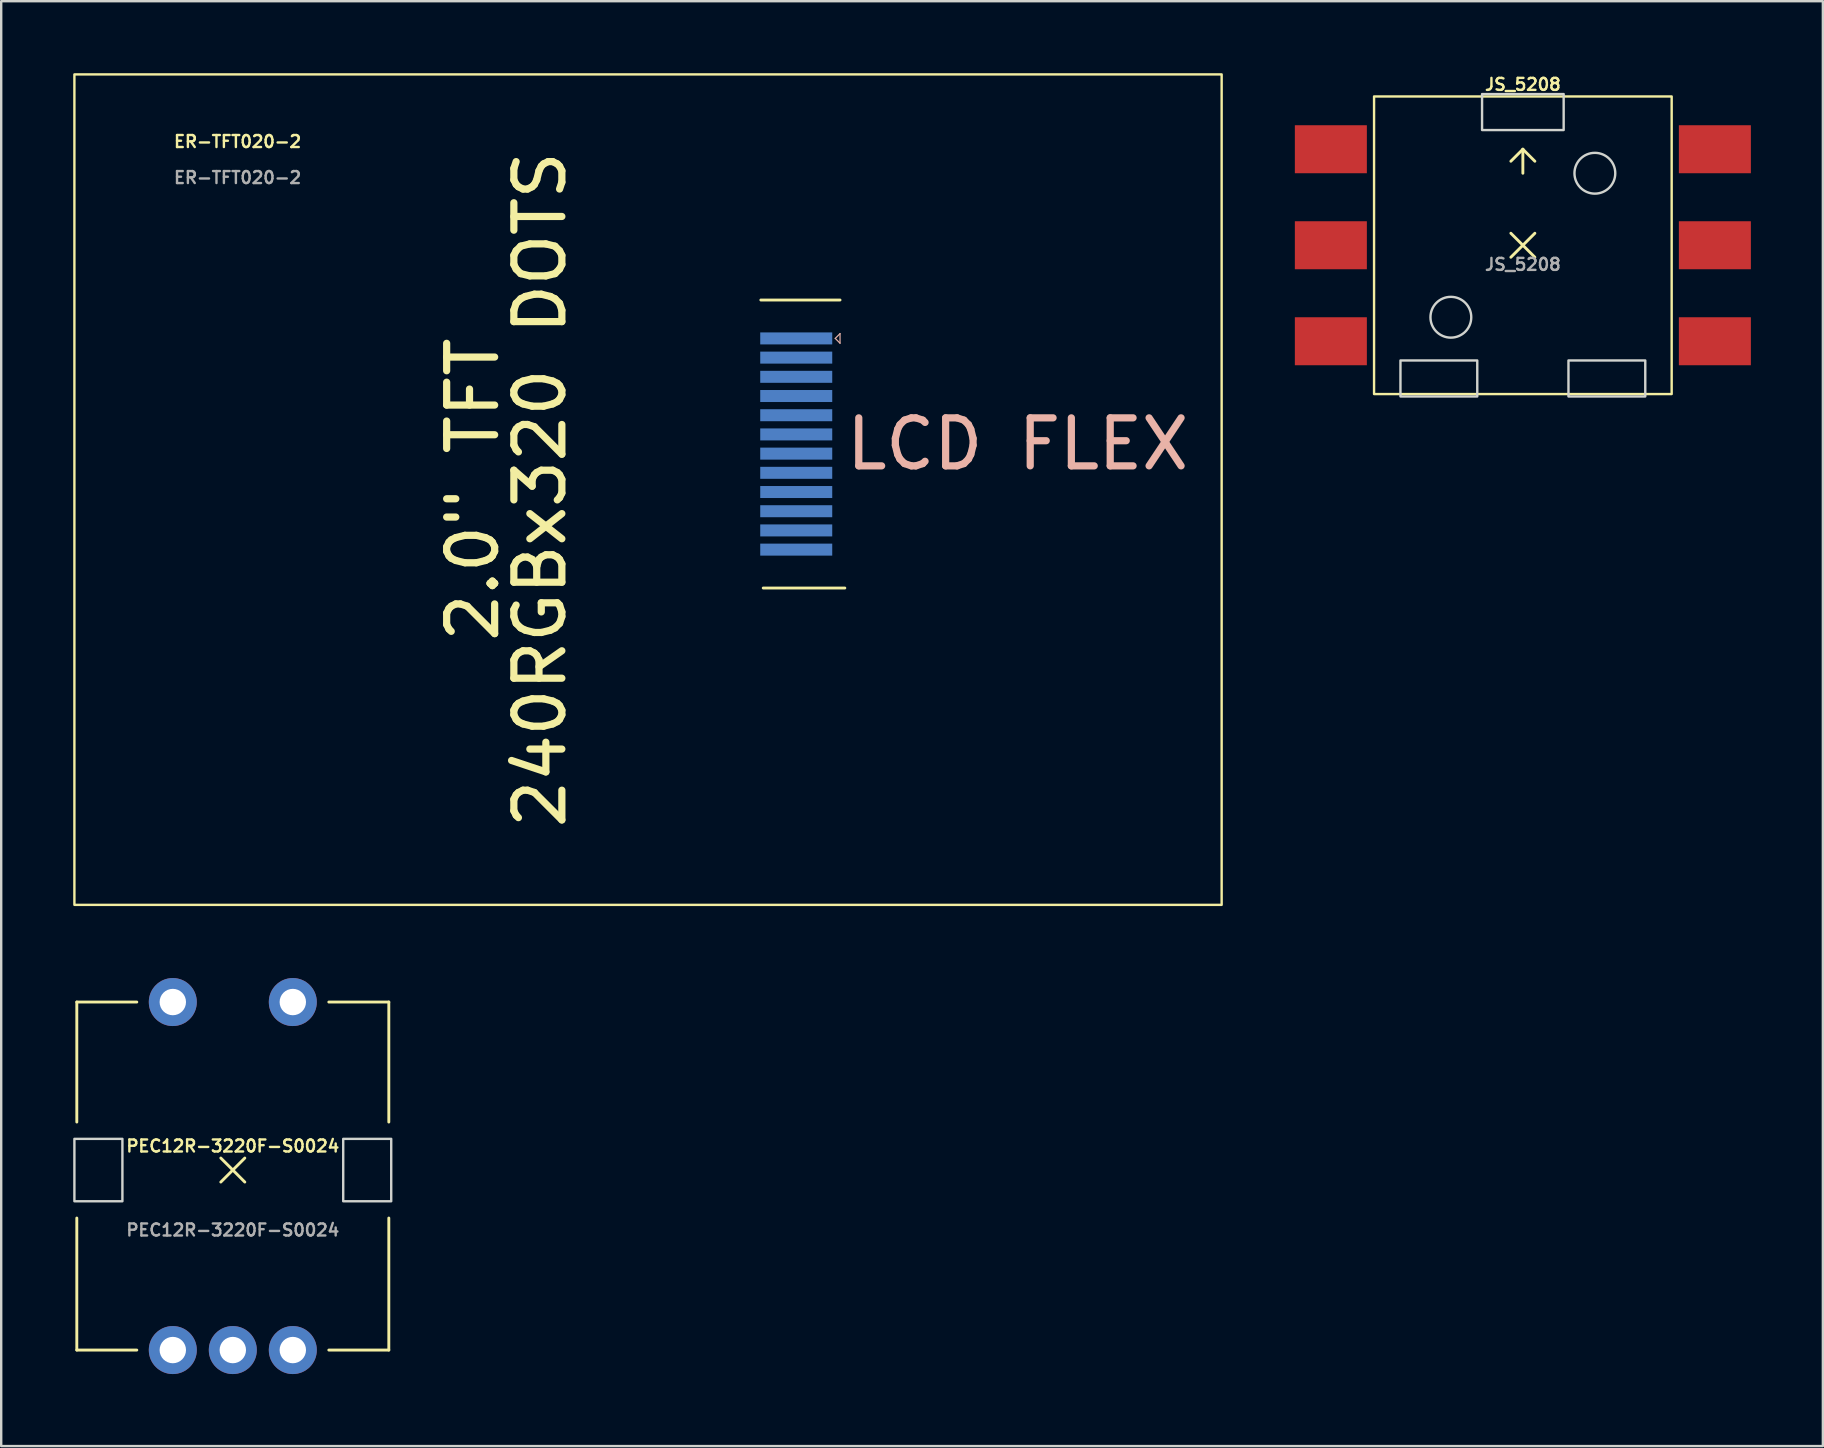
<source format=kicad_pcb>
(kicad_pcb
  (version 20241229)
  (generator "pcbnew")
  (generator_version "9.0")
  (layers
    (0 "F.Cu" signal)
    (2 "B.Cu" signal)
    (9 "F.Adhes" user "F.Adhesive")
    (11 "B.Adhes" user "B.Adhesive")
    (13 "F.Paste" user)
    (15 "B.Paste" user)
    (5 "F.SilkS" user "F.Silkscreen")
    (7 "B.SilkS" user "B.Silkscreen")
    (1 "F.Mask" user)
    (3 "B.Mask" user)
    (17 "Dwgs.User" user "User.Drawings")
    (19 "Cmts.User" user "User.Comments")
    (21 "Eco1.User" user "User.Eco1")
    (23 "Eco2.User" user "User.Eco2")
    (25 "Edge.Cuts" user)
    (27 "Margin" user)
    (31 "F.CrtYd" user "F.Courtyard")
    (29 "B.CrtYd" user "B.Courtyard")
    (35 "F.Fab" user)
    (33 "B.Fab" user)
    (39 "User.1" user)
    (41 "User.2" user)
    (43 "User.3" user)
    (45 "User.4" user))
  (footprint "PEC12R-3220F-S0024"
    (layer "F.Cu")
    (at 6.65 45.7)
    (property "Reference" "PEC12R-3220F-S0024" (at 0 -1 0) (unlocked yes) (layer "F.SilkS") (effects (font (size 0.5 0.5) (thickness 0.1))))
    (attr through_hole)
    (fp_line (start -6.5 -7) (end -4 -7) (stroke (width 0.12) (type solid)) (layer "F.SilkS"))
    (fp_line (start -6.5 -2) (end -6.5 -7) (stroke (width 0.12) (type solid)) (layer "F.SilkS"))
    (fp_line (start -6.5 2) (end -6.5 7.5) (stroke (width 0.12) (type solid)) (layer "F.SilkS"))
    (fp_line (start -6.5 7.5) (end -4 7.5) (stroke (width 0.12) (type solid)) (layer "F.SilkS"))
    (fp_line (start -0.5 -0.5) (end 0.5 0.5) (stroke (width 0.12) (type solid)) (layer "F.SilkS"))
    (fp_line (start -0.5 0.5) (end 0.5 -0.5) (stroke (width 0.12) (type solid)) (layer "F.SilkS"))
    (fp_line (start 4 7.5) (end 6.5 7.5) (stroke (width 0.12) (type solid)) (layer "F.SilkS"))
    (fp_line (start 6.5 -7) (end 4 -7) (stroke (width 0.12) (type solid)) (layer "F.SilkS"))
    (fp_line (start 6.5 -2) (end 6.5 -7) (stroke (width 0.12) (type solid)) (layer "F.SilkS"))
    (fp_line (start 6.5 7.5) (end 6.5 2) (stroke (width 0.12) (type solid)) (layer "F.SilkS"))
    (fp_rect (start -6.6 -1.3) (end -4.6 1.3) (stroke (width 0.1) (type solid)) (fill no) (layer "Edge.Cuts"))
    (fp_rect (start 4.6 -1.3) (end 6.6 1.3) (stroke (width 0.1) (type solid)) (fill no) (layer "Edge.Cuts"))
    (fp_text user "${REFERENCE}" (at 0 2.5 0) (unlocked yes) (layer "F.Fab") (effects (font (size 0.5 0.5) (thickness 0.1))))
    (pad "1" thru_hole circle (at -2.5 -7) (size 2 2) (drill 1.1) (layers "*.Cu" "*.Mask"))
    (pad "2" thru_hole circle (at 2.5 -7) (size 2 2) (drill 1.1) (layers "*.Cu" "*.Mask"))
    (pad "A" thru_hole circle (at -2.5 7.5) (size 2 2) (drill 1.1) (layers "*.Cu" "*.Mask"))
    (pad "B" thru_hole circle (at 2.5 7.5) (size 2 2) (drill 1.1) (layers "*.Cu" "*.Mask"))
    (pad "C" thru_hole circle (at 0 7.5) (size 2 2) (drill 1.1) (layers "*.Cu" "*.Mask")))
  (footprint "ER-TFT020-2"
    (layer "F.Cu")
    (at 23.95 17.35)
    (property "Reference" "ER-TFT020-2" (at -17.1 -14.5 0) (unlocked yes) (layer "F.SilkS") (effects (font (size 0.5 0.5) (thickness 0.1))))
    (attr smd)
    (fp_line (start 4.7 -7.9) (end 8 -7.9) (stroke (width 0.12) (type solid)) (layer "F.SilkS"))
    (fp_line (start 4.8 4.1) (end 8.2 4.1) (stroke (width 0.12) (type solid)) (layer "F.SilkS"))
    (fp_rect (start -23.9 -17.3) (end 23.9 17.3) (stroke (width 0.1) (type solid)) (fill no) (layer "F.SilkS"))
    (fp_line (start 7.8 -6.3) (end 8 -6.5) (stroke (width 0.05) (type solid)) (layer "B.SilkS"))
    (fp_line (start 8 -6.5) (end 8 -6.1) (stroke (width 0.05) (type solid)) (layer "B.SilkS"))
    (fp_line (start 8 -6.1) (end 7.8 -6.3) (stroke (width 0.05) (type solid)) (layer "B.SilkS"))
    (fp_text user "240RGBx320 DOTS" (at -4.5 0 90) (unlocked yes) (layer "F.SilkS") (effects (font (size 2 2) (thickness 0.3))))
    (fp_text user "2.0\" TFT" (at -7.3 0 90) (unlocked yes) (layer "F.SilkS") (effects (font (size 2 2) (thickness 0.3))))
    (fp_text user "LCD FLEX" (at 15.4 -1.9 0) (unlocked yes) (layer "B.SilkS") (effects (font (size 2 2) (thickness 0.3))))
    (fp_text user "${REFERENCE}" (at -17.1 -13 0) (unlocked yes) (layer "F.Fab") (effects (font (size 0.5 0.5) (thickness 0.1))))
    (pad "1" smd rect (at 6.175 -6.3) (size 3 0.5) (layers "B.Cu" "B.Mask" "B.Paste"))
    (pad "2" smd rect (at 6.175 -5.5) (size 3 0.5) (layers "B.Cu" "B.Mask" "B.Paste"))
    (pad "3" smd rect (at 6.175 -4.7) (size 3 0.5) (layers "B.Cu" "B.Mask" "B.Paste"))
    (pad "4" smd rect (at 6.175 -3.9) (size 3 0.5) (layers "B.Cu" "B.Mask" "B.Paste"))
    (pad "5" smd rect (at 6.175 -3.1) (size 3 0.5) (layers "B.Cu" "B.Mask" "B.Paste"))
    (pad "6" smd rect (at 6.175 -2.3) (size 3 0.5) (layers "B.Cu" "B.Mask" "B.Paste"))
    (pad "7" smd rect (at 6.175 -1.5) (size 3 0.5) (layers "B.Cu" "B.Mask" "B.Paste"))
    (pad "8" smd rect (at 6.175 -0.7) (size 3 0.5) (layers "B.Cu" "B.Mask" "B.Paste"))
    (pad "9" smd rect (at 6.175 0.1) (size 3 0.5) (layers "B.Cu" "B.Mask" "B.Paste"))
    (pad "10" smd rect (at 6.175 0.9) (size 3 0.5) (layers "B.Cu" "B.Mask" "B.Paste"))
    (pad "11" smd rect (at 6.175 1.7) (size 3 0.5) (layers "B.Cu" "B.Mask" "B.Paste"))
    (pad "12" smd rect (at 6.175 2.5) (size 3 0.5) (layers "B.Cu" "B.Mask" "B.Paste")))
  (footprint "JS_5208"
    (layer "F.Cu")
    (at 60.4 7.168)
    (property "Reference" "JS_5208" (at 0 -6.7 0) (unlocked yes) (layer "F.SilkS") (effects (font (size 0.5 0.5) (thickness 0.1))))
    (attr smd)
    (fp_line (start -0.5 -0.5) (end 0.5 0.5) (stroke (width 0.12) (type solid)) (layer "F.SilkS"))
    (fp_line (start -0.5 0.5) (end 0.5 -0.5) (stroke (width 0.12) (type solid)) (layer "F.SilkS"))
    (fp_line (start 0 -4) (end -0.5 -3.5) (stroke (width 0.12) (type solid)) (layer "F.SilkS"))
    (fp_line (start 0 -4) (end 0 -3) (stroke (width 0.12) (type solid)) (layer "F.SilkS"))
    (fp_line (start 0 -4) (end 0.5 -3.5) (stroke (width 0.12) (type solid)) (layer "F.SilkS"))
    (fp_rect (start -6.2 -6.2) (end 6.2 6.2) (stroke (width 0.1) (type solid)) (fill no) (layer "F.SilkS"))
    (fp_rect (start -5.1 4.8) (end -1.9 6.3) (stroke (width 0.1) (type solid)) (fill no) (layer "Edge.Cuts"))
    (fp_rect (start -1.7 -6.3) (end 1.7 -4.8) (stroke (width 0.1) (type solid)) (fill no) (layer "Edge.Cuts"))
    (fp_rect (start 1.9 4.8) (end 5.1 6.3) (stroke (width 0.1) (type solid)) (fill no) (layer "Edge.Cuts"))
    (fp_circle (center -3 3) (end -2.15 3) (stroke (width 0.1) (type solid)) (fill no) (layer "Edge.Cuts"))
    (fp_circle (center 3 -3) (end 3.85 -3) (stroke (width 0.1) (type solid)) (fill no) (layer "Edge.Cuts"))
    (fp_text user "${REFERENCE}" (at 0 0.8 0) (unlocked yes) (layer "F.Fab") (effects (font (size 0.5 0.5) (thickness 0.1))))
    (pad "1" smd rect (at -8 -4) (size 3 2) (layers "F.Cu" "F.Mask" "F.Paste"))
    (pad "2" smd rect (at -8 0) (size 3 2) (layers "F.Cu" "F.Mask" "F.Paste"))
    (pad "3" smd rect (at -8 4) (size 3 2) (layers "F.Cu" "F.Mask" "F.Paste"))
    (pad "4" smd rect (at 8 -4) (size 3 2) (layers "F.Cu" "F.Mask" "F.Paste"))
    (pad "5" smd rect (at 8 0) (size 3 2) (layers "F.Cu" "F.Mask" "F.Paste"))
    (pad "6" smd rect (at 8 4) (size 3 2) (layers "F.Cu" "F.Mask" "F.Paste")))
  (gr_rect
    (start -3 -3)
    (end 72.9 57.2)
    (stroke (width 0.1) (type default))
    (fill no)
    (layer "Edge.Cuts")))
</source>
